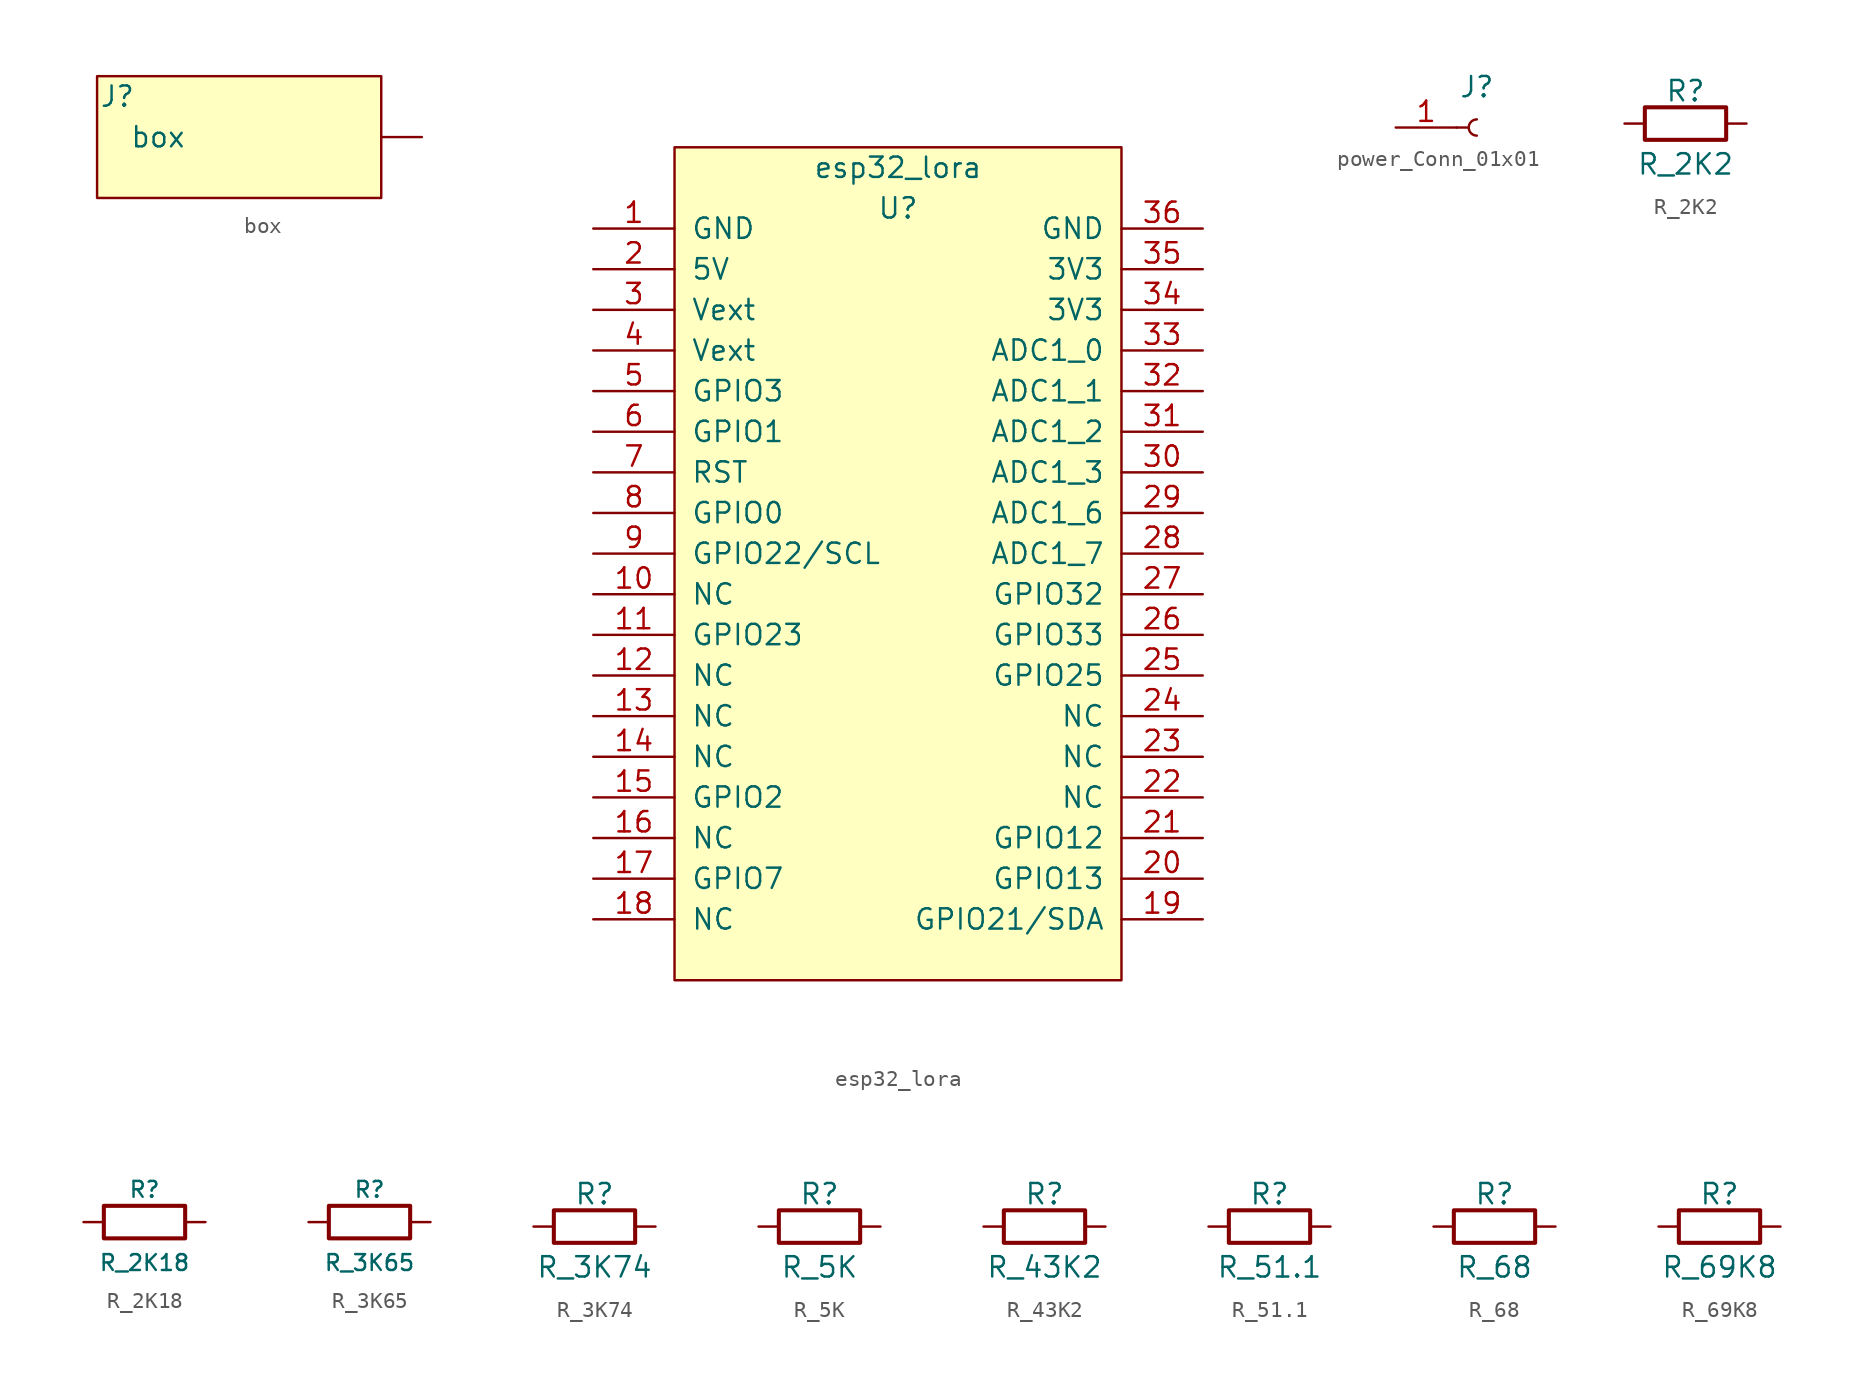
<source format=kicad_sym>
(kicad_symbol_lib
  (version 20211014)
  (generator kicad_symbol_editor)
  (symbol "box"
    (property "Reference" "J"
      (at 1.27 -1.27 0)
      (effects (font (size 1.27 1.27))))
    (property "Value" "box"
      (at 3.81 -3.81 0)
      (effects (font (size 1.27 1.27))))
    (symbol "box_0_1"
      (rectangle (start 17.78 0) (end 0 -7.62) (stroke (width 0) (type default) (color 0 0 0 0)) (fill (type background))))
    (symbol "box_1_1"
      (pin input line (at 20.32 -3.81 180) (length 2.54) (name "" (effects (font (size 1.27 1.27)))) (number "" (effects (font (size 1.27 1.27)))))))
  (symbol "esp32_lora"
    (pin_names
      (offset 1.016))
    (property "Reference" "U"
      (at 10.16 1.27 0)
      (effects (font (size 1.27 1.27))))
    (property "Value" "esp32_lora"
      (at 10.16 3.81 0)
      (effects (font (size 1.27 1.27))))
    (symbol "esp32_lora_0_1"
      (rectangle (start -3.81 5.08) (end 24.13 -46.99) (stroke (width 0) (type default) (color 0 0 0 0)) (fill (type background))))
    (symbol "esp32_lora_1_1"
      (pin input line (at -8.89 0 0) (length 5.08) (name "GND" (effects (font (size 1.27 1.27)))) (number "1" (effects (font (size 1.27 1.27)))))
      (pin input line (at -8.89 -22.86 0) (length 5.08) (name "NC" (effects (font (size 1.27 1.27)))) (number "10" (effects (font (size 1.27 1.27)))))
      (pin input line (at -8.89 -25.4 0) (length 5.08) (name "GPIO23" (effects (font (size 1.27 1.27)))) (number "11" (effects (font (size 1.27 1.27)))))
      (pin input line (at -8.89 -27.94 0) (length 5.08) (name "NC" (effects (font (size 1.27 1.27)))) (number "12" (effects (font (size 1.27 1.27)))))
      (pin input line (at -8.89 -30.48 0) (length 5.08) (name "NC" (effects (font (size 1.27 1.27)))) (number "13" (effects (font (size 1.27 1.27)))))
      (pin input line (at -8.89 -33.02 0) (length 5.08) (name "NC" (effects (font (size 1.27 1.27)))) (number "14" (effects (font (size 1.27 1.27)))))
      (pin input line (at -8.89 -35.56 0) (length 5.08) (name "GPIO2" (effects (font (size 1.27 1.27)))) (number "15" (effects (font (size 1.27 1.27)))))
      (pin input line (at -8.89 -38.1 0) (length 5.08) (name "NC" (effects (font (size 1.27 1.27)))) (number "16" (effects (font (size 1.27 1.27)))))
      (pin input line (at -8.89 -40.64 0) (length 5.08) (name "GPIO7" (effects (font (size 1.27 1.27)))) (number "17" (effects (font (size 1.27 1.27)))))
      (pin input line (at -8.89 -43.18 0) (length 5.08) (name "NC" (effects (font (size 1.27 1.27)))) (number "18" (effects (font (size 1.27 1.27)))))
      (pin input line (at 29.21 -43.18 180) (length 5.08) (name "GPIO21/SDA" (effects (font (size 1.27 1.27)))) (number "19" (effects (font (size 1.27 1.27)))))
      (pin input line (at -8.89 -2.54 0) (length 5.08) (name "5V" (effects (font (size 1.27 1.27)))) (number "2" (effects (font (size 1.27 1.27)))))
      (pin input line (at 29.21 -40.64 180) (length 5.08) (name "GPIO13" (effects (font (size 1.27 1.27)))) (number "20" (effects (font (size 1.27 1.27)))))
      (pin input line (at 29.21 -38.1 180) (length 5.08) (name "GPIO12" (effects (font (size 1.27 1.27)))) (number "21" (effects (font (size 1.27 1.27)))))
      (pin input line (at 29.21 -35.56 180) (length 5.08) (name "NC" (effects (font (size 1.27 1.27)))) (number "22" (effects (font (size 1.27 1.27)))))
      (pin input line (at 29.21 -33.02 180) (length 5.08) (name "NC" (effects (font (size 1.27 1.27)))) (number "23" (effects (font (size 1.27 1.27)))))
      (pin input line (at 29.21 -30.48 180) (length 5.08) (name "NC" (effects (font (size 1.27 1.27)))) (number "24" (effects (font (size 1.27 1.27)))))
      (pin input line (at 29.21 -27.94 180) (length 5.08) (name "GPIO25" (effects (font (size 1.27 1.27)))) (number "25" (effects (font (size 1.27 1.27)))))
      (pin input line (at 29.21 -25.4 180) (length 5.08) (name "GPIO33" (effects (font (size 1.27 1.27)))) (number "26" (effects (font (size 1.27 1.27)))))
      (pin input line (at 29.21 -22.86 180) (length 5.08) (name "GPIO32" (effects (font (size 1.27 1.27)))) (number "27" (effects (font (size 1.27 1.27)))))
      (pin input line (at 29.21 -20.32 180) (length 5.08) (name "ADC1_7" (effects (font (size 1.27 1.27)))) (number "28" (effects (font (size 1.27 1.27)))))
      (pin input line (at 29.21 -17.78 180) (length 5.08) (name "ADC1_6" (effects (font (size 1.27 1.27)))) (number "29" (effects (font (size 1.27 1.27)))))
      (pin input line (at -8.89 -5.08 0) (length 5.08) (name "Vext" (effects (font (size 1.27 1.27)))) (number "3" (effects (font (size 1.27 1.27)))))
      (pin input line (at 29.21 -15.24 180) (length 5.08) (name "ADC1_3" (effects (font (size 1.27 1.27)))) (number "30" (effects (font (size 1.27 1.27)))))
      (pin input line (at 29.21 -12.7 180) (length 5.08) (name "ADC1_2" (effects (font (size 1.27 1.27)))) (number "31" (effects (font (size 1.27 1.27)))))
      (pin input line (at 29.21 -10.16 180) (length 5.08) (name "ADC1_1" (effects (font (size 1.27 1.27)))) (number "32" (effects (font (size 1.27 1.27)))))
      (pin input line (at 29.21 -7.62 180) (length 5.08) (name "ADC1_0" (effects (font (size 1.27 1.27)))) (number "33" (effects (font (size 1.27 1.27)))))
      (pin input line (at 29.21 -5.08 180) (length 5.08) (name "3V3" (effects (font (size 1.27 1.27)))) (number "34" (effects (font (size 1.27 1.27)))))
      (pin input line (at 29.21 -2.54 180) (length 5.08) (name "3V3" (effects (font (size 1.27 1.27)))) (number "35" (effects (font (size 1.27 1.27)))))
      (pin input line (at 29.21 0 180) (length 5.08) (name "GND" (effects (font (size 1.27 1.27)))) (number "36" (effects (font (size 1.27 1.27)))))
      (pin input line (at -8.89 -7.62 0) (length 5.08) (name "Vext" (effects (font (size 1.27 1.27)))) (number "4" (effects (font (size 1.27 1.27)))))
      (pin input line (at -8.89 -10.16 0) (length 5.08) (name "GPIO3" (effects (font (size 1.27 1.27)))) (number "5" (effects (font (size 1.27 1.27)))))
      (pin input line (at -8.89 -12.7 0) (length 5.08) (name "GPIO1" (effects (font (size 1.27 1.27)))) (number "6" (effects (font (size 1.27 1.27)))))
      (pin input line (at -8.89 -15.24 0) (length 5.08) (name "RST" (effects (font (size 1.27 1.27)))) (number "7" (effects (font (size 1.27 1.27)))))
      (pin input line (at -8.89 -17.78 0) (length 5.08) (name "GPIO0" (effects (font (size 1.27 1.27)))) (number "8" (effects (font (size 1.27 1.27)))))
      (pin input line (at -8.89 -20.32 0) (length 5.08) (name "GPIO22/SCL" (effects (font (size 1.27 1.27)))) (number "9" (effects (font (size 1.27 1.27)))))))
  (symbol "power_Conn_01x01"
    (pin_names
      (offset 1.016) hide)
    (property "Reference" "J"
      (at 0 2.54 0)
      (effects (font (size 1.27 1.27))))
    (symbol "power_Conn_01x01_1_1"
      (polyline (pts (xy -1.27 0) (xy -0.508 0)) (stroke (width 0.152) (type default) (color 0 0 0 0)) (fill (type none)))
      (arc (start 0 0.508) (mid -0.508 0) (end 0 -0.508) (stroke (width 0.1524) (type default) (color 0 0 0 0)) (fill (type none)))
      (pin passive line (at -5.08 0 0) (length 3.81) (name "Pin_1" (effects (font (size 1.27 1.27)))) (number "1" (effects (font (size 1.27 1.27)))))))
  (symbol "R_2K2"
    (pin_numbers hide)
    (pin_names
      (offset 0))
    (property "Reference" "R"
      (at 0 2.032 0)
      (effects (font (size 1.27 1.27))))
    (property "Value" "R_2K2"
      (at 0 -2.54 0)
      (effects (font (size 1.27 1.27))))
    (symbol "R_2K2_0_1"
      (rectangle (start 2.54 -1.016) (end -2.54 1.016) (stroke (width 0.254) (type default) (color 0 0 0 0)) (fill (type none))))
    (symbol "R_2K2_1_1"
      (pin passive line (at -3.81 0 0) (length 1.27) (name "~" (effects (font (size 1.27 1.27)))) (number "1" (effects (font (size 1.27 1.27)))))
      (pin passive line (at 3.81 0 180) (length 1.27) (name "~" (effects (font (size 1.27 1.27)))) (number "2" (effects (font (size 1.27 1.27)))))))
  (symbol "R_2K18"
    (pin_numbers hide)
    (pin_names
      (offset 0))
    (property "Reference" "R"
      (at 0 2.032 0)
      (effects (font (size 0.991 0.991))))
    (property "Value" "R_2K18"
      (at 0 -2.54 0)
      (effects (font (size 0.991 0.991))))
    (symbol "R_2K18_0_1"
      (rectangle (start 2.54 -1.016) (end -2.54 1.016) (stroke (width 0.254) (type default) (color 0 0 0 0)) (fill (type none))))
    (symbol "R_2K18_1_1"
      (pin passive line (at -3.81 0 0) (length 1.27) (name "~" (effects (font (size 1.27 1.27)))) (number "1" (effects (font (size 1.27 1.27)))))
      (pin passive line (at 3.81 0 180) (length 1.27) (name "~" (effects (font (size 1.27 1.27)))) (number "2" (effects (font (size 1.27 1.27)))))))
  (symbol "R_3K65"
    (pin_numbers hide)
    (pin_names
      (offset 0))
    (property "Reference" "R"
      (at 0 2.032 0)
      (effects (font (size 0.991 0.991))))
    (property "Value" "R_3K65"
      (at 0 -2.54 0)
      (effects (font (size 0.991 0.991))))
    (symbol "R_3K65_0_1"
      (rectangle (start 2.54 -1.016) (end -2.54 1.016) (stroke (width 0.254) (type default) (color 0 0 0 0)) (fill (type none))))
    (symbol "R_3K65_1_1"
      (pin passive line (at -3.81 0 0) (length 1.27) (name "~" (effects (font (size 1.27 1.27)))) (number "1" (effects (font (size 1.27 1.27)))))
      (pin passive line (at 3.81 0 180) (length 1.27) (name "~" (effects (font (size 1.27 1.27)))) (number "2" (effects (font (size 1.27 1.27)))))))
  (symbol "R_3K74"
    (pin_numbers hide)
    (pin_names
      (offset 0))
    (property "Reference" "R"
      (at 0 2.032 0)
      (effects (font (size 1.27 1.27))))
    (property "Value" "R_3K74"
      (at 0 -2.54 0)
      (effects (font (size 1.27 1.27))))
    (symbol "R_3K74_0_1"
      (rectangle (start 2.54 -1.016) (end -2.54 1.016) (stroke (width 0.254) (type default) (color 0 0 0 0)) (fill (type none))))
    (symbol "R_3K74_1_1"
      (pin passive line (at -3.81 0 0) (length 1.27) (name "~" (effects (font (size 1.27 1.27)))) (number "1" (effects (font (size 1.27 1.27)))))
      (pin passive line (at 3.81 0 180) (length 1.27) (name "~" (effects (font (size 1.27 1.27)))) (number "2" (effects (font (size 1.27 1.27)))))))
  (symbol "R_5K"
    (pin_numbers hide)
    (pin_names
      (offset 0))
    (property "Reference" "R"
      (at 0 2.032 0)
      (effects (font (size 1.27 1.27))))
    (property "Value" "R_5K"
      (at 0 -2.54 0)
      (effects (font (size 1.27 1.27))))
    (symbol "R_5K_0_1"
      (rectangle (start 2.54 -1.016) (end -2.54 1.016) (stroke (width 0.254) (type default) (color 0 0 0 0)) (fill (type none))))
    (symbol "R_5K_1_1"
      (pin passive line (at -3.81 0 0) (length 1.27) (name "~" (effects (font (size 1.27 1.27)))) (number "1" (effects (font (size 1.27 1.27)))))
      (pin passive line (at 3.81 0 180) (length 1.27) (name "~" (effects (font (size 1.27 1.27)))) (number "2" (effects (font (size 1.27 1.27)))))))
  (symbol "R_43K2"
    (pin_numbers hide)
    (pin_names
      (offset 0))
    (property "Reference" "R"
      (at 0 2.032 0)
      (effects (font (size 1.27 1.27))))
    (property "Value" "R_43K2"
      (at 0 -2.54 0)
      (effects (font (size 1.27 1.27))))
    (symbol "R_43K2_0_1"
      (rectangle (start 2.54 -1.016) (end -2.54 1.016) (stroke (width 0.254) (type default) (color 0 0 0 0)) (fill (type none))))
    (symbol "R_43K2_1_1"
      (pin passive line (at -3.81 0 0) (length 1.27) (name "~" (effects (font (size 1.27 1.27)))) (number "1" (effects (font (size 1.27 1.27)))))
      (pin passive line (at 3.81 0 180) (length 1.27) (name "~" (effects (font (size 1.27 1.27)))) (number "2" (effects (font (size 1.27 1.27)))))))
  (symbol "R_51.1"
    (pin_numbers hide)
    (pin_names
      (offset 0))
    (property "Reference" "R"
      (at 0 2.032 0)
      (effects (font (size 1.27 1.27))))
    (property "Value" "R_51.1"
      (at 0 -2.54 0)
      (effects (font (size 1.27 1.27))))
    (symbol "R_51.1_0_1"
      (rectangle (start 2.54 -1.016) (end -2.54 1.016) (stroke (width 0.254) (type default) (color 0 0 0 0)) (fill (type none))))
    (symbol "R_51.1_1_1"
      (pin passive line (at -3.81 0 0) (length 1.27) (name "~" (effects (font (size 1.27 1.27)))) (number "1" (effects (font (size 1.27 1.27)))))
      (pin passive line (at 3.81 0 180) (length 1.27) (name "~" (effects (font (size 1.27 1.27)))) (number "2" (effects (font (size 1.27 1.27)))))))
  (symbol "R_68"
    (pin_numbers hide)
    (pin_names
      (offset 0))
    (property "Reference" "R"
      (at 0 2.032 0)
      (effects (font (size 1.27 1.27))))
    (property "Value" "R_68"
      (at 0 -2.54 0)
      (effects (font (size 1.27 1.27))))
    (symbol "R_68_0_1"
      (rectangle (start 2.54 -1.016) (end -2.54 1.016) (stroke (width 0.254) (type default) (color 0 0 0 0)) (fill (type none))))
    (symbol "R_68_1_1"
      (pin passive line (at -3.81 0 0) (length 1.27) (name "~" (effects (font (size 1.27 1.27)))) (number "1" (effects (font (size 1.27 1.27)))))
      (pin passive line (at 3.81 0 180) (length 1.27) (name "~" (effects (font (size 1.27 1.27)))) (number "2" (effects (font (size 1.27 1.27)))))))
  (symbol "R_69K8"
    (pin_numbers hide)
    (pin_names
      (offset 0))
    (property "Reference" "R"
      (at 0 2.032 0)
      (effects (font (size 1.27 1.27))))
    (property "Value" "R_69K8"
      (at 0 -2.54 0)
      (effects (font (size 1.27 1.27))))
    (symbol "R_69K8_0_1"
      (rectangle (start 2.54 -1.016) (end -2.54 1.016) (stroke (width 0.254) (type default) (color 0 0 0 0)) (fill (type none))))
    (symbol "R_69K8_1_1"
      (pin passive line (at -3.81 0 0) (length 1.27) (name "~" (effects (font (size 1.27 1.27)))) (number "1" (effects (font (size 1.27 1.27)))))
      (pin passive line (at 3.81 0 180) (length 1.27) (name "~" (effects (font (size 1.27 1.27)))) (number "2" (effects (font (size 1.27 1.27))))))))
</source>
